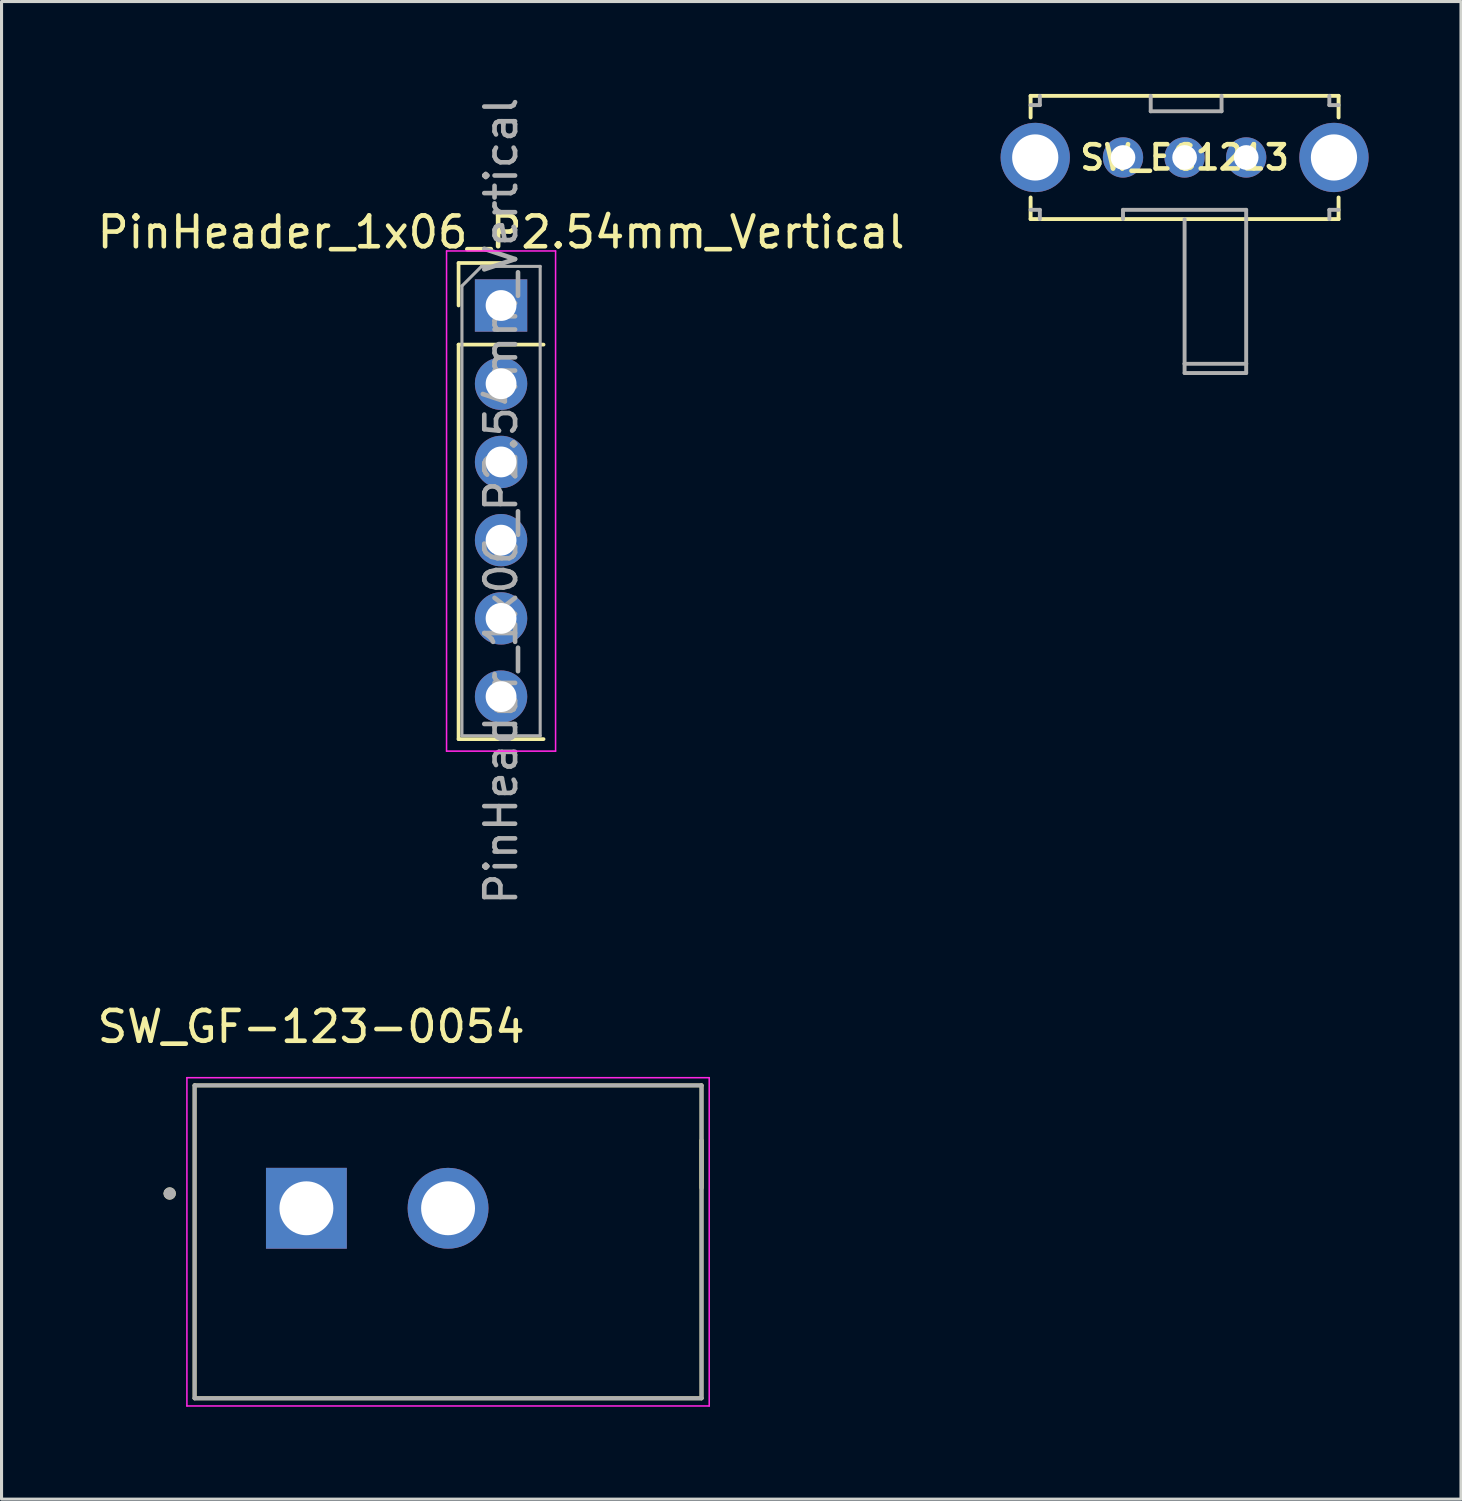
<source format=kicad_pcb>
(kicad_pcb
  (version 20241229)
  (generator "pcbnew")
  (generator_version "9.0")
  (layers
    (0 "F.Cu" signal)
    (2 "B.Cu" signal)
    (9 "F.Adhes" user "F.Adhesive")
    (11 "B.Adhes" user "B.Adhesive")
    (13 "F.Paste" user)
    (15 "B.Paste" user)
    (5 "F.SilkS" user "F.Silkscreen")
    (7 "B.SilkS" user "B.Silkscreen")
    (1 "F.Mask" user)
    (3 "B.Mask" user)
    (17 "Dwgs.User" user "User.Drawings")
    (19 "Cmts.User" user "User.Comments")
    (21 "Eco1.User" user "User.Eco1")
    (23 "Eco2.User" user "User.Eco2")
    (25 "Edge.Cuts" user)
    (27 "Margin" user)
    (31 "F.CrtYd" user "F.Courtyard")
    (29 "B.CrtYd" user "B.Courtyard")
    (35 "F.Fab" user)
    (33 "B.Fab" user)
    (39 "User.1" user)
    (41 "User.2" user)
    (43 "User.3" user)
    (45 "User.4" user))
  (footprint "SW_EG1213"
    (layer "F.Cu")
    (at 35.415 2.063)
    (property "Reference" "SW_EG1213" (at 0 0 0) (layer "F.SilkS") (effects (font (size 0.787 0.787) (thickness 0.15))))
    (attr through_hole)
    (fp_line (start -5 -2) (end -5 -1.3) (stroke (width 0.127) (type solid)) (layer "F.SilkS"))
    (fp_line (start -5 -2) (end 5 -2) (stroke (width 0.127) (type solid)) (layer "F.SilkS"))
    (fp_line (start -5 1.3) (end -5 2) (stroke (width 0.127) (type solid)) (layer "F.SilkS"))
    (fp_line (start -2 2) (end -5 2) (stroke (width 0.127) (type solid)) (layer "F.SilkS"))
    (fp_line (start 0 2) (end -2 2) (stroke (width 0.127) (type solid)) (layer "F.SilkS"))
    (fp_line (start 2 2) (end 0 2) (stroke (width 0.127) (type solid)) (layer "F.SilkS"))
    (fp_line (start 5 -2) (end 5 -1.3) (stroke (width 0.127) (type solid)) (layer "F.SilkS"))
    (fp_line (start 5 1.3) (end 5 2) (stroke (width 0.127) (type solid)) (layer "F.SilkS"))
    (fp_line (start 5 2) (end 2 2) (stroke (width 0.127) (type solid)) (layer "F.SilkS"))
    (fp_line (start -5 1.7) (end -4.7 1.7) (stroke (width 0.127) (type solid)) (layer "F.Fab"))
    (fp_line (start -4.7 -2) (end -4.7 -1.7) (stroke (width 0.127) (type solid)) (layer "F.Fab"))
    (fp_line (start -4.7 -1.7) (end -5 -1.7) (stroke (width 0.127) (type solid)) (layer "F.Fab"))
    (fp_line (start -4.7 1.7) (end -4.7 2) (stroke (width 0.127) (type solid)) (layer "F.Fab"))
    (fp_line (start -2 1.7) (end -2 2) (stroke (width 0.127) (type solid)) (layer "F.Fab"))
    (fp_line (start -1.1 -2) (end -1.1 -1.5) (stroke (width 0.127) (type solid)) (layer "F.Fab"))
    (fp_line (start -1.1 -1.5) (end 1.2 -1.5) (stroke (width 0.127) (type solid)) (layer "F.Fab"))
    (fp_line (start 0 6.7) (end 0 2) (stroke (width 0.127) (type solid)) (layer "F.Fab"))
    (fp_line (start 0 6.7) (end 2 6.7) (stroke (width 0.127) (type solid)) (layer "F.Fab"))
    (fp_line (start 0 7) (end 0 6.7) (stroke (width 0.127) (type solid)) (layer "F.Fab"))
    (fp_line (start 1.2 -1.5) (end 1.2 -2) (stroke (width 0.127) (type solid)) (layer "F.Fab"))
    (fp_line (start 2 1.7) (end -2 1.7) (stroke (width 0.127) (type solid)) (layer "F.Fab"))
    (fp_line (start 2 1.7) (end 2 6.7) (stroke (width 0.127) (type solid)) (layer "F.Fab"))
    (fp_line (start 2 6.7) (end 2 7) (stroke (width 0.127) (type solid)) (layer "F.Fab"))
    (fp_line (start 2 7) (end 0 7) (stroke (width 0.127) (type solid)) (layer "F.Fab"))
    (fp_line (start 4.7 -2) (end 4.7 -1.7) (stroke (width 0.127) (type solid)) (layer "F.Fab"))
    (fp_line (start 4.7 -1.7) (end 5 -1.7) (stroke (width 0.127) (type solid)) (layer "F.Fab"))
    (fp_line (start 4.7 1.7) (end 4.7 2) (stroke (width 0.127) (type solid)) (layer "F.Fab"))
    (fp_line (start 5 1.7) (end 4.7 1.7) (stroke (width 0.127) (type solid)) (layer "F.Fab"))
    (pad "1" thru_hole circle (at -2 0) (size 1.308 1.308) (drill 0.8) (layers "*.Cu" "*.Mask"))
    (pad "2" thru_hole circle (at 0 0) (size 1.308 1.308) (drill 0.8) (layers "*.Cu" "*.Mask"))
    (pad "3" thru_hole circle (at 2 0) (size 1.308 1.308) (drill 0.8) (layers "*.Cu" "*.Mask"))
    (pad "4" thru_hole circle (at -4.85 0) (size 2.25 2.25) (drill 1.5) (layers "*.Cu" "*.Mask"))
    (pad "4" thru_hole circle (at 4.85 0 90) (size 2.25 2.25) (drill 1.5) (layers "*.Cu" "*.Mask")))
  (footprint "SW_GF-123-0054"
    (layer "F.Cu")
    (at 11.499 37.274)
    (property "Reference" "SW_GF-123-0054" (at -4.445 -6.985 0) (layer "F.SilkS") (effects (font (size 1 1) (thickness 0.15))))
    (attr through_hole)
    (fp_line (start -8.23 5.08) (end -8.23 -5.08) (stroke (width 0.127) (type solid)) (layer "F.SilkS"))
    (fp_line (start 8.23 -5.08) (end -8.23 -5.08) (stroke (width 0.127) (type solid)) (layer "F.SilkS"))
    (fp_line (start 8.23 -5.08) (end 8.23 5.08) (stroke (width 0.127) (type solid)) (layer "F.SilkS"))
    (fp_line (start 8.23 -3.3) (end 8.23 -1.75) (stroke (width 0.127) (type solid)) (layer "F.SilkS"))
    (fp_line (start 8.23 5.08) (end -8.23 5.08) (stroke (width 0.127) (type solid)) (layer "F.SilkS"))
    (fp_circle (center -9.04 -1.57) (end -8.94 -1.57) (stroke (width 0.2) (type solid)) (fill no) (layer "F.SilkS"))
    (fp_line (start -8.48 -5.33) (end 8.48 -5.33) (stroke (width 0.05) (type solid)) (layer "F.CrtYd"))
    (fp_line (start -8.48 5.33) (end -8.48 -5.33) (stroke (width 0.05) (type solid)) (layer "F.CrtYd"))
    (fp_line (start 8.48 -5.33) (end 8.48 5.33) (stroke (width 0.05) (type solid)) (layer "F.CrtYd"))
    (fp_line (start 8.48 5.33) (end -8.48 5.33) (stroke (width 0.05) (type solid)) (layer "F.CrtYd"))
    (fp_line (start -8.23 -5.08) (end 8.23 -5.08) (stroke (width 0.127) (type solid)) (layer "F.Fab"))
    (fp_line (start -8.23 5.08) (end -8.23 -5.08) (stroke (width 0.127) (type solid)) (layer "F.Fab"))
    (fp_line (start 8.23 -5.08) (end 8.23 5.08) (stroke (width 0.127) (type solid)) (layer "F.Fab"))
    (fp_line (start 8.23 5.08) (end -8.23 5.08) (stroke (width 0.127) (type solid)) (layer "F.Fab"))
    (fp_circle (center -9.04 -1.57) (end -8.94 -1.57) (stroke (width 0.2) (type solid)) (fill no) (layer "F.Fab"))
    (pad "1" thru_hole rect (at -4.6 -1.09) (size 2.625 2.625) (drill 1.75) (layers "*.Cu" "*.Mask"))
    (pad "2" thru_hole circle (at 0 -1.09) (size 2.625 2.625) (drill 1.75) (layers "*.Cu" "*.Mask")))
  (footprint "PinHeader_1x06_P2.54mm_Vertical"
    (layer "F.Cu")
    (at 13.22 6.87)
    (property "Reference" "PinHeader_1x06_P2.54mm_Vertical" (at 0 -2.38 180) (layer "F.SilkS") (effects (font (size 1 1) (thickness 0.15))))
    (attr through_hole)
    (fp_line (start -1.38 -1.38) (end 0 -1.38) (stroke (width 0.12) (type solid)) (layer "F.SilkS"))
    (fp_line (start -1.38 0) (end -1.38 -1.38) (stroke (width 0.12) (type solid)) (layer "F.SilkS"))
    (fp_line (start -1.38 1.27) (end -1.38 14.08) (stroke (width 0.12) (type solid)) (layer "F.SilkS"))
    (fp_line (start -1.38 1.27) (end 1.38 1.27) (stroke (width 0.12) (type solid)) (layer "F.SilkS"))
    (fp_line (start -1.38 14.08) (end 1.38 14.08) (stroke (width 0.12) (type solid)) (layer "F.SilkS"))
    (fp_line (start -1.77 -1.77) (end -1.77 14.47) (stroke (width 0.05) (type solid)) (layer "F.CrtYd"))
    (fp_line (start -1.77 14.47) (end 1.77 14.47) (stroke (width 0.05) (type solid)) (layer "F.CrtYd"))
    (fp_line (start 1.77 -1.77) (end -1.77 -1.77) (stroke (width 0.05) (type solid)) (layer "F.CrtYd"))
    (fp_line (start 1.77 14.47) (end 1.77 -1.77) (stroke (width 0.05) (type solid)) (layer "F.CrtYd"))
    (fp_line (start -1.27 -0.635) (end -0.635 -1.27) (stroke (width 0.1) (type solid)) (layer "F.Fab"))
    (fp_line (start -1.27 13.97) (end -1.27 -0.635) (stroke (width 0.1) (type solid)) (layer "F.Fab"))
    (fp_line (start -0.635 -1.27) (end 1.27 -1.27) (stroke (width 0.1) (type solid)) (layer "F.Fab"))
    (fp_line (start 1.27 -1.27) (end 1.27 13.97) (stroke (width 0.1) (type solid)) (layer "F.Fab"))
    (fp_line (start 1.27 13.97) (end -1.27 13.97) (stroke (width 0.1) (type solid)) (layer "F.Fab"))
    (fp_text user "${REFERENCE}" (at 0 6.35 90) (layer "F.Fab") (effects (font (size 1 1) (thickness 0.15))))
    (pad "1" thru_hole rect (at 0 0) (size 1.7 1.7) (drill 1) (layers "*.Cu" "*.Mask"))
    (pad "2" thru_hole circle (at 0 2.54) (size 1.7 1.7) (drill 1) (layers "*.Cu" "*.Mask"))
    (pad "3" thru_hole circle (at 0 5.08) (size 1.7 1.7) (drill 1) (layers "*.Cu" "*.Mask"))
    (pad "4" thru_hole circle (at 0 7.62) (size 1.7 1.7) (drill 1) (layers "*.Cu" "*.Mask"))
    (pad "5" thru_hole circle (at 0 10.16) (size 1.7 1.7) (drill 1) (layers "*.Cu" "*.Mask"))
    (pad "6" thru_hole circle (at 0 12.7) (size 1.7 1.7) (drill 1) (layers "*.Cu" "*.Mask")))
  (gr_rect
    (start -3 -3)
    (end 44.39 45.629)
    (stroke (width 0.1) (type default))
    (fill no)
    (layer "Edge.Cuts")))
</source>
